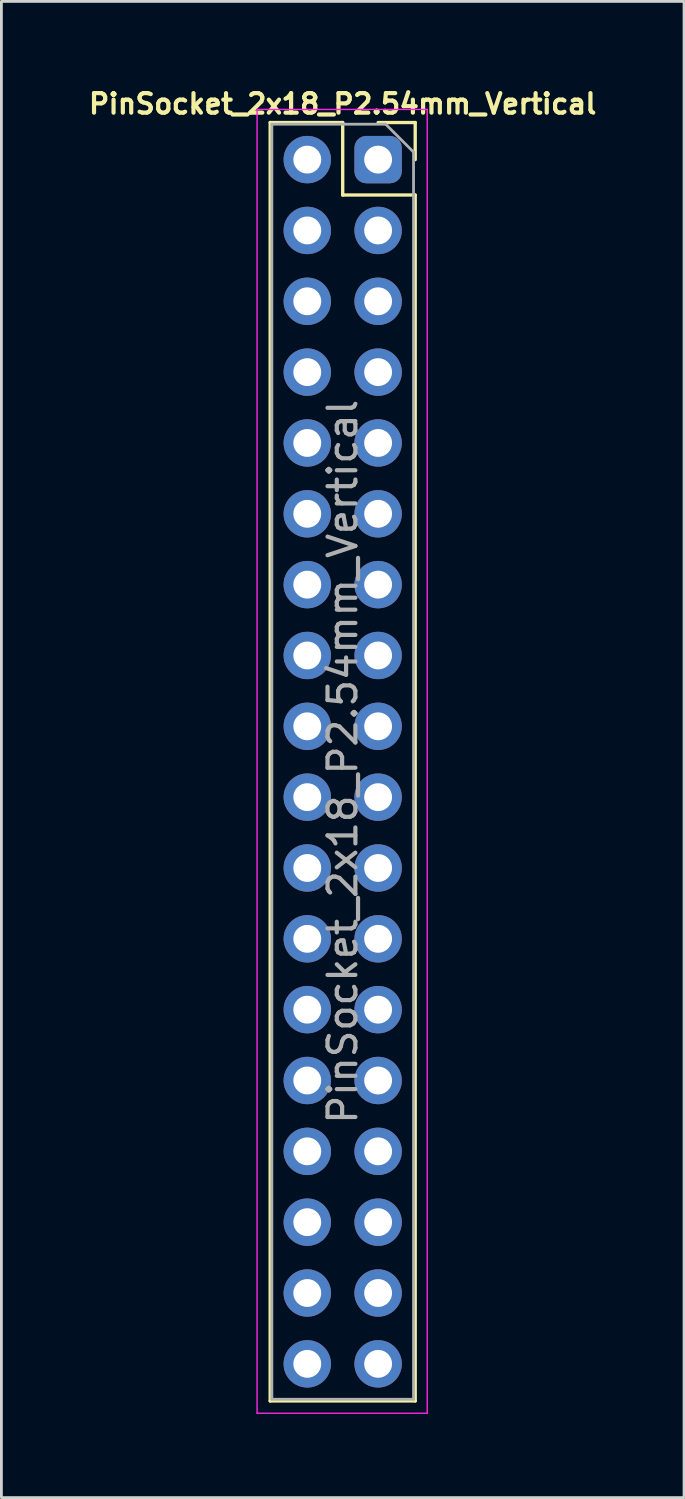
<source format=kicad_pcb>
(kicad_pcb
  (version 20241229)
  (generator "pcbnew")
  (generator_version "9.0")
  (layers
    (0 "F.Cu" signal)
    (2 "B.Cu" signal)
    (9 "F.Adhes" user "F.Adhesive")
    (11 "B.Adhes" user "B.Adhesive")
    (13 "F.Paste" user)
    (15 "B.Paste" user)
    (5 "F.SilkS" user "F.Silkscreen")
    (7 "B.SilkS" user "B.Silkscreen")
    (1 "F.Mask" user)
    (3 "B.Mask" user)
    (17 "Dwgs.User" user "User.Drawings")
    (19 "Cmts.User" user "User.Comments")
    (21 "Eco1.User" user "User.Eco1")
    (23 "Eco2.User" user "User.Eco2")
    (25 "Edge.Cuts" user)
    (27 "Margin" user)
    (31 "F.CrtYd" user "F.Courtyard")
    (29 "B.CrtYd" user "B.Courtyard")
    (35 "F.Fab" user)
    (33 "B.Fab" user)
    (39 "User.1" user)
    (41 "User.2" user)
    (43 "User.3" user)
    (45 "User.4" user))
  (footprint "PinSocket_2x18_P2.54mm_Vertical"
    (layer "F.Cu")
    (at 10.508 2.673)
    (property "Reference" "PinSocket_2x18_P2.54mm_Vertical" (at -1.27 -2 0) (layer "F.SilkS") (effects (font (size 0.7 0.7) (thickness 0.15))))
    (attr through_hole)
    (fp_line (start -3.87 -1.33) (end -3.87 44.51) (stroke (width 0.12) (type solid)) (layer "F.SilkS"))
    (fp_line (start -3.87 -1.33) (end -1.27 -1.33) (stroke (width 0.12) (type solid)) (layer "F.SilkS"))
    (fp_line (start -3.87 44.51) (end 1.33 44.51) (stroke (width 0.12) (type solid)) (layer "F.SilkS"))
    (fp_line (start -1.27 -1.33) (end -1.27 1.27) (stroke (width 0.12) (type solid)) (layer "F.SilkS"))
    (fp_line (start -1.27 1.27) (end 1.33 1.27) (stroke (width 0.12) (type solid)) (layer "F.SilkS"))
    (fp_line (start 0 -1.33) (end 1.33 -1.33) (stroke (width 0.12) (type solid)) (layer "F.SilkS"))
    (fp_line (start 1.33 -1.33) (end 1.33 0) (stroke (width 0.12) (type solid)) (layer "F.SilkS"))
    (fp_line (start 1.33 1.27) (end 1.33 44.51) (stroke (width 0.12) (type solid)) (layer "F.SilkS"))
    (fp_line (start -4.34 -1.8) (end 1.76 -1.8) (stroke (width 0.05) (type solid)) (layer "F.CrtYd"))
    (fp_line (start -4.34 44.95) (end -4.34 -1.8) (stroke (width 0.05) (type solid)) (layer "F.CrtYd"))
    (fp_line (start 1.76 -1.8) (end 1.76 44.95) (stroke (width 0.05) (type solid)) (layer "F.CrtYd"))
    (fp_line (start 1.76 44.95) (end -4.34 44.95) (stroke (width 0.05) (type solid)) (layer "F.CrtYd"))
    (fp_line (start -3.81 -1.27) (end 0.27 -1.27) (stroke (width 0.1) (type solid)) (layer "F.Fab"))
    (fp_line (start -3.81 44.45) (end -3.81 -1.27) (stroke (width 0.1) (type solid)) (layer "F.Fab"))
    (fp_line (start 0.27 -1.27) (end 1.27 -0.27) (stroke (width 0.1) (type solid)) (layer "F.Fab"))
    (fp_line (start 1.27 -0.27) (end 1.27 44.45) (stroke (width 0.1) (type solid)) (layer "F.Fab"))
    (fp_line (start 1.27 44.45) (end -3.81 44.45) (stroke (width 0.1) (type solid)) (layer "F.Fab"))
    (fp_text user "${REFERENCE}" (at -1.27 21.59 90) (layer "F.Fab") (effects (font (size 1 1) (thickness 0.15))))
    (pad "1" thru_hole roundrect (at 0 0) (size 1.7 1.7) (drill 1) (layers "*.Cu" "*.Mask") (roundrect_rratio 0.25))
    (pad "2" thru_hole oval (at -2.54 0) (size 1.7 1.7) (drill 1) (layers "*.Cu" "*.Mask"))
    (pad "3" thru_hole oval (at 0 2.54) (size 1.7 1.7) (drill 1) (layers "*.Cu" "*.Mask"))
    (pad "4" thru_hole oval (at -2.54 2.54) (size 1.7 1.7) (drill 1) (layers "*.Cu" "*.Mask"))
    (pad "5" thru_hole oval (at 0 5.08) (size 1.7 1.7) (drill 1) (layers "*.Cu" "*.Mask"))
    (pad "6" thru_hole oval (at -2.54 5.08) (size 1.7 1.7) (drill 1) (layers "*.Cu" "*.Mask"))
    (pad "7" thru_hole oval (at 0 7.62) (size 1.7 1.7) (drill 1) (layers "*.Cu" "*.Mask"))
    (pad "8" thru_hole oval (at -2.54 7.62) (size 1.7 1.7) (drill 1) (layers "*.Cu" "*.Mask"))
    (pad "9" thru_hole oval (at 0 10.16) (size 1.7 1.7) (drill 1) (layers "*.Cu" "*.Mask"))
    (pad "10" thru_hole oval (at -2.54 10.16) (size 1.7 1.7) (drill 1) (layers "*.Cu" "*.Mask"))
    (pad "11" thru_hole oval (at 0 12.7) (size 1.7 1.7) (drill 1) (layers "*.Cu" "*.Mask"))
    (pad "12" thru_hole oval (at -2.54 12.7) (size 1.7 1.7) (drill 1) (layers "*.Cu" "*.Mask"))
    (pad "13" thru_hole oval (at 0 15.24) (size 1.7 1.7) (drill 1) (layers "*.Cu" "*.Mask"))
    (pad "14" thru_hole oval (at -2.54 15.24) (size 1.7 1.7) (drill 1) (layers "*.Cu" "*.Mask"))
    (pad "15" thru_hole oval (at 0 17.78) (size 1.7 1.7) (drill 1) (layers "*.Cu" "*.Mask"))
    (pad "16" thru_hole oval (at -2.54 17.78) (size 1.7 1.7) (drill 1) (layers "*.Cu" "*.Mask"))
    (pad "17" thru_hole oval (at 0 20.32) (size 1.7 1.7) (drill 1) (layers "*.Cu" "*.Mask"))
    (pad "18" thru_hole oval (at -2.54 20.32) (size 1.7 1.7) (drill 1) (layers "*.Cu" "*.Mask"))
    (pad "19" thru_hole oval (at 0 22.86) (size 1.7 1.7) (drill 1) (layers "*.Cu" "*.Mask"))
    (pad "20" thru_hole oval (at -2.54 22.86) (size 1.7 1.7) (drill 1) (layers "*.Cu" "*.Mask"))
    (pad "21" thru_hole oval (at 0 25.4) (size 1.7 1.7) (drill 1) (layers "*.Cu" "*.Mask"))
    (pad "22" thru_hole oval (at -2.54 25.4) (size 1.7 1.7) (drill 1) (layers "*.Cu" "*.Mask"))
    (pad "23" thru_hole oval (at 0 27.94) (size 1.7 1.7) (drill 1) (layers "*.Cu" "*.Mask"))
    (pad "24" thru_hole oval (at -2.54 27.94) (size 1.7 1.7) (drill 1) (layers "*.Cu" "*.Mask"))
    (pad "25" thru_hole oval (at 0 30.48) (size 1.7 1.7) (drill 1) (layers "*.Cu" "*.Mask"))
    (pad "26" thru_hole oval (at -2.54 30.48) (size 1.7 1.7) (drill 1) (layers "*.Cu" "*.Mask"))
    (pad "27" thru_hole oval (at 0 33.02) (size 1.7 1.7) (drill 1) (layers "*.Cu" "*.Mask"))
    (pad "28" thru_hole oval (at -2.54 33.02) (size 1.7 1.7) (drill 1) (layers "*.Cu" "*.Mask"))
    (pad "29" thru_hole oval (at 0 35.56) (size 1.7 1.7) (drill 1) (layers "*.Cu" "*.Mask"))
    (pad "30" thru_hole oval (at -2.54 35.56) (size 1.7 1.7) (drill 1) (layers "*.Cu" "*.Mask"))
    (pad "31" thru_hole oval (at 0 38.1) (size 1.7 1.7) (drill 1) (layers "*.Cu" "*.Mask"))
    (pad "32" thru_hole oval (at -2.54 38.1) (size 1.7 1.7) (drill 1) (layers "*.Cu" "*.Mask"))
    (pad "33" thru_hole oval (at 0 40.64) (size 1.7 1.7) (drill 1) (layers "*.Cu" "*.Mask"))
    (pad "34" thru_hole oval (at -2.54 40.64) (size 1.7 1.7) (drill 1) (layers "*.Cu" "*.Mask"))
    (pad "35" thru_hole oval (at 0 43.18) (size 1.7 1.7) (drill 1) (layers "*.Cu" "*.Mask"))
    (pad "36" thru_hole oval (at -2.54 43.18) (size 1.7 1.7) (drill 1) (layers "*.Cu" "*.Mask")))
  (gr_rect
    (start -3 -3)
    (end 21.477 50.648)
    (stroke (width 0.1) (type default))
    (fill no)
    (layer "Edge.Cuts")))
</source>
